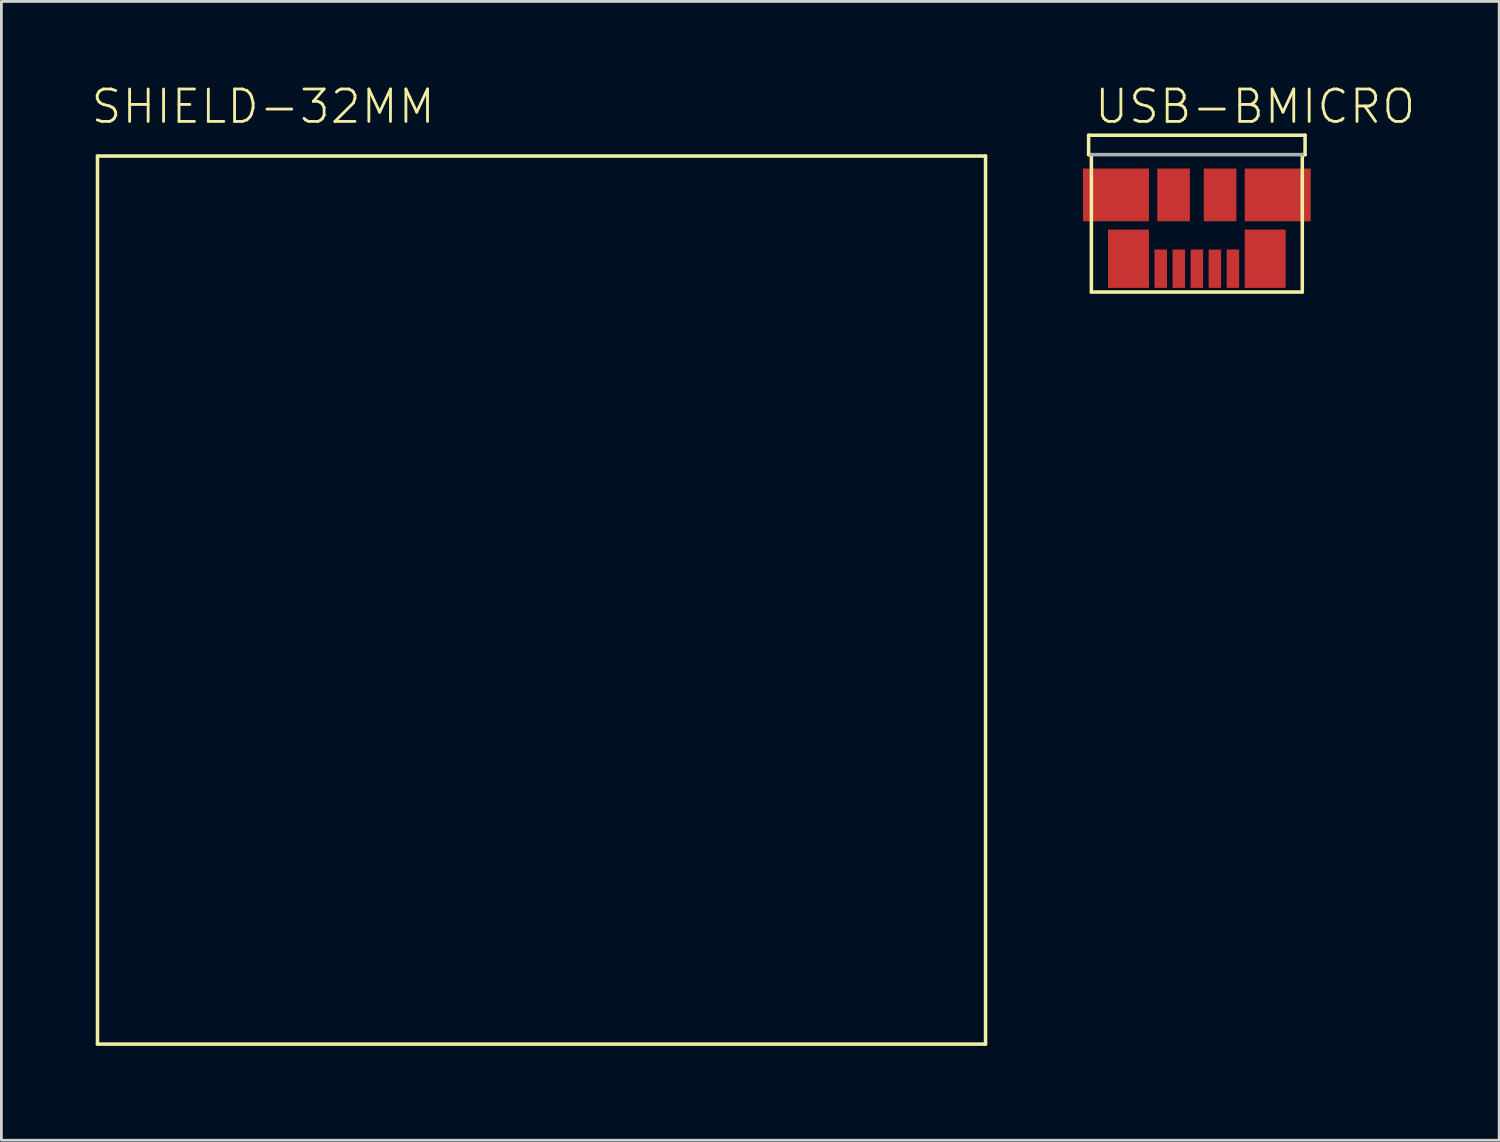
<source format=kicad_pcb>
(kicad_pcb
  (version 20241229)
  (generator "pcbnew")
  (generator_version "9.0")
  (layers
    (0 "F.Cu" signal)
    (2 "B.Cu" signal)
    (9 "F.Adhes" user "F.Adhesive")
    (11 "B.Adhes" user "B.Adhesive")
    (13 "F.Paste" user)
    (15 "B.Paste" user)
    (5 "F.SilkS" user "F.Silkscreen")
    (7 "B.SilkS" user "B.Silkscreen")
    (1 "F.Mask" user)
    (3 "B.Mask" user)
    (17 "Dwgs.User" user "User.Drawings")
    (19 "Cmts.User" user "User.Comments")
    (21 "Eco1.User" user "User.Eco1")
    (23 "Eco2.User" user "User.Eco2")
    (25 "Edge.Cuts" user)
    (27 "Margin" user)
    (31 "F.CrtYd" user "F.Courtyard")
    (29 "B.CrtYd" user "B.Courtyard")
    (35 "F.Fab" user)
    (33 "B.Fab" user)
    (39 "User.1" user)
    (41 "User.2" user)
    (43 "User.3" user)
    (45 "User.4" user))
  (footprint "SHIELD-32MM"
    (layer "F.Cu")
    (at 16.463 18.573)
    (property "Reference" "SHIELD-32MM" (at -16.3 -17.1 0) (unlocked yes) (layer "F.SilkS") (effects (font (size 1.168 1.168) (thickness 0.102)) (justify left bottom)))
    (fp_poly (pts (xy -15.336 -7.037) (xy -16.463 -7.037) (xy -16.463 -10.963) (xy -15.336 -10.963)) (stroke (width 0) (type default)) (fill yes) (layer "F.Mask"))
    (fp_poly (pts (xy -15.336 -1.036) (xy -16.463 -1.036) (xy -16.463 -4.963) (xy -15.336 -4.963)) (stroke (width 0) (type default)) (fill yes) (layer "F.Mask"))
    (fp_poly (pts (xy -15.336 4.963) (xy -16.463 4.963) (xy -16.463 1.036) (xy -15.336 1.036)) (stroke (width 0) (type default)) (fill yes) (layer "F.Mask"))
    (fp_poly (pts (xy -15.336 10.963) (xy -16.463 10.963) (xy -16.463 7.037) (xy -15.336 7.037)) (stroke (width 0) (type default)) (fill yes) (layer "F.Mask"))
    (fp_poly (pts (xy -7.037 -15.336) (xy -10.963 -15.336) (xy -10.963 -16.463) (xy -7.037 -16.463)) (stroke (width 0) (type default)) (fill yes) (layer "F.Mask"))
    (fp_poly (pts (xy -7.037 16.463) (xy -10.963 16.463) (xy -10.963 15.336) (xy -7.037 15.336)) (stroke (width 0) (type default)) (fill yes) (layer "F.Mask"))
    (fp_poly (pts (xy -1.036 -15.336) (xy -4.963 -15.336) (xy -4.963 -16.463) (xy -1.036 -16.463)) (stroke (width 0) (type default)) (fill yes) (layer "F.Mask"))
    (fp_poly (pts (xy -1.036 16.463) (xy -4.963 16.463) (xy -4.963 15.336) (xy -1.036 15.336)) (stroke (width 0) (type default)) (fill yes) (layer "F.Mask"))
    (fp_poly (pts (xy 4.963 -15.336) (xy 1.036 -15.336) (xy 1.036 -16.463) (xy 4.963 -16.463)) (stroke (width 0) (type default)) (fill yes) (layer "F.Mask"))
    (fp_poly (pts (xy 4.963 16.463) (xy 1.036 16.463) (xy 1.036 15.336) (xy 4.963 15.336)) (stroke (width 0) (type default)) (fill yes) (layer "F.Mask"))
    (fp_poly (pts (xy 10.963 -15.336) (xy 7.037 -15.336) (xy 7.037 -16.463) (xy 10.963 -16.463)) (stroke (width 0) (type default)) (fill yes) (layer "F.Mask"))
    (fp_poly (pts (xy 10.963 16.463) (xy 7.037 16.463) (xy 7.037 15.336) (xy 10.963 15.336)) (stroke (width 0) (type default)) (fill yes) (layer "F.Mask"))
    (fp_poly (pts (xy 16.463 -7.037) (xy 15.336 -7.037) (xy 15.336 -10.963) (xy 16.463 -10.963)) (stroke (width 0) (type default)) (fill yes) (layer "F.Mask"))
    (fp_poly (pts (xy 16.463 -1.036) (xy 15.336 -1.036) (xy 15.336 -4.963) (xy 16.463 -4.963)) (stroke (width 0) (type default)) (fill yes) (layer "F.Mask"))
    (fp_poly (pts (xy 16.463 4.963) (xy 15.336 4.963) (xy 15.336 1.036) (xy 16.463 1.036)) (stroke (width 0) (type default)) (fill yes) (layer "F.Mask"))
    (fp_poly (pts (xy 16.463 10.963) (xy 15.336 10.963) (xy 15.336 7.037) (xy 16.463 7.037)) (stroke (width 0) (type default)) (fill yes) (layer "F.Mask"))
    (fp_poly (pts (xy -15.336 15.336) (xy -13.037 15.336) (xy -13.037 16.463) (xy -16.463 16.463) (xy -16.463 13.037) (xy -15.336 13.037)) (stroke (width 0) (type default)) (fill yes) (layer "F.Mask"))
    (fp_poly (pts (xy -13.037 -15.336) (xy -15.336 -15.336) (xy -15.336 -13.037) (xy -16.463 -13.037) (xy -16.463 -16.463) (xy -13.037 -16.463)) (stroke (width 0) (type default)) (fill yes) (layer "F.Mask"))
    (fp_poly (pts (xy 16.463 -13.037) (xy 15.336 -13.037) (xy 15.336 -15.336) (xy 13.037 -15.336) (xy 13.037 -16.463) (xy 16.463 -16.463)) (stroke (width 0) (type default)) (fill yes) (layer "F.Mask"))
    (fp_poly (pts (xy 16.463 16.463) (xy 13.037 16.463) (xy 13.037 15.336) (xy 15.336 15.336) (xy 15.336 13.037) (xy 16.463 13.037)) (stroke (width 0) (type default)) (fill yes) (layer "F.Mask"))
    (fp_line (start -16 -16) (end -16 16) (stroke (width 0.127) (type solid)) (layer "F.SilkS"))
    (fp_line (start -16 16) (end 16 16) (stroke (width 0.127) (type solid)) (layer "F.SilkS"))
    (fp_line (start 16 -16) (end -16 -16) (stroke (width 0.127) (type solid)) (layer "F.SilkS"))
    (fp_line (start 16 16) (end 16 -16) (stroke (width 0.127) (type solid)) (layer "F.SilkS"))
    (fp_poly (pts (xy -15.437 -7.136) (xy -16.363 -7.136) (xy -16.363 -10.864) (xy -15.437 -10.864)) (stroke (width 0) (type default)) (fill yes) (layer "F.Paste"))
    (fp_poly (pts (xy -15.437 -1.137) (xy -16.363 -1.137) (xy -16.363 -4.864) (xy -15.437 -4.864)) (stroke (width 0) (type default)) (fill yes) (layer "F.Paste"))
    (fp_poly (pts (xy -15.437 4.864) (xy -16.363 4.864) (xy -16.363 1.137) (xy -15.437 1.137)) (stroke (width 0) (type default)) (fill yes) (layer "F.Paste"))
    (fp_poly (pts (xy -15.437 10.864) (xy -16.363 10.864) (xy -16.363 7.136) (xy -15.437 7.136)) (stroke (width 0) (type default)) (fill yes) (layer "F.Paste"))
    (fp_poly (pts (xy -7.136 -15.437) (xy -10.864 -15.437) (xy -10.864 -16.363) (xy -7.136 -16.363)) (stroke (width 0) (type default)) (fill yes) (layer "F.Paste"))
    (fp_poly (pts (xy -7.136 16.363) (xy -10.864 16.363) (xy -10.864 15.437) (xy -7.136 15.437)) (stroke (width 0) (type default)) (fill yes) (layer "F.Paste"))
    (fp_poly (pts (xy -1.137 -15.437) (xy -4.864 -15.437) (xy -4.864 -16.363) (xy -1.137 -16.363)) (stroke (width 0) (type default)) (fill yes) (layer "F.Paste"))
    (fp_poly (pts (xy -1.137 16.363) (xy -4.864 16.363) (xy -4.864 15.437) (xy -1.137 15.437)) (stroke (width 0) (type default)) (fill yes) (layer "F.Paste"))
    (fp_poly (pts (xy 4.864 -15.437) (xy 1.137 -15.437) (xy 1.137 -16.363) (xy 4.864 -16.363)) (stroke (width 0) (type default)) (fill yes) (layer "F.Paste"))
    (fp_poly (pts (xy 4.864 16.363) (xy 1.137 16.363) (xy 1.137 15.437) (xy 4.864 15.437)) (stroke (width 0) (type default)) (fill yes) (layer "F.Paste"))
    (fp_poly (pts (xy 10.864 -15.437) (xy 7.136 -15.437) (xy 7.136 -16.363) (xy 10.864 -16.363)) (stroke (width 0) (type default)) (fill yes) (layer "F.Paste"))
    (fp_poly (pts (xy 10.864 16.363) (xy 7.136 16.363) (xy 7.136 15.437) (xy 10.864 15.437)) (stroke (width 0) (type default)) (fill yes) (layer "F.Paste"))
    (fp_poly (pts (xy 16.363 -7.136) (xy 15.437 -7.136) (xy 15.437 -10.864) (xy 16.363 -10.864)) (stroke (width 0) (type default)) (fill yes) (layer "F.Paste"))
    (fp_poly (pts (xy 16.363 -1.137) (xy 15.437 -1.137) (xy 15.437 -4.864) (xy 16.363 -4.864)) (stroke (width 0) (type default)) (fill yes) (layer "F.Paste"))
    (fp_poly (pts (xy 16.363 4.864) (xy 15.437 4.864) (xy 15.437 1.137) (xy 16.363 1.137)) (stroke (width 0) (type default)) (fill yes) (layer "F.Paste"))
    (fp_poly (pts (xy 16.363 10.864) (xy 15.437 10.864) (xy 15.437 7.136) (xy 16.363 7.136)) (stroke (width 0) (type default)) (fill yes) (layer "F.Paste"))
    (fp_poly (pts (xy -15.437 15.437) (xy -13.136 15.437) (xy -13.136 16.363) (xy -16.363 16.363) (xy -16.363 13.136) (xy -15.437 13.136)) (stroke (width 0) (type default)) (fill yes) (layer "F.Paste"))
    (fp_poly (pts (xy -13.136 -15.437) (xy -15.437 -15.437) (xy -15.437 -13.136) (xy -16.363 -13.136) (xy -16.363 -16.363) (xy -13.136 -16.363)) (stroke (width 0) (type default)) (fill yes) (layer "F.Paste"))
    (fp_poly (pts (xy 16.363 -13.136) (xy 15.437 -13.136) (xy 15.437 -15.437) (xy 13.136 -15.437) (xy 13.136 -16.363) (xy 16.363 -16.363)) (stroke (width 0) (type default)) (fill yes) (layer "F.Paste"))
    (fp_poly (pts (xy 16.363 16.363) (xy 13.136 16.363) (xy 13.136 15.437) (xy 15.437 15.437) (xy 15.437 13.136) (xy 16.363 13.136)) (stroke (width 0) (type default)) (fill yes) (layer "F.Paste")))
  (footprint "USB-BMICRO"
    (layer "F.Cu")
    (at 40.077 3.973)
    (property "Reference" "USB-BMICRO" (at -3.75 -2.5 0) (unlocked yes) (layer "F.SilkS") (effects (font (size 1.168 1.168) (thickness 0.102)) (justify left bottom)))
    (fp_poly (pts (xy -4.15 1) (xy -1.7 1) (xy -1.7 -1) (xy -4.15 -1)) (stroke (width 0) (type default)) (fill yes) (layer "F.Mask"))
    (fp_poly (pts (xy -3.25 3.4) (xy -1.7 3.4) (xy -1.7 1.2) (xy -3.25 1.2)) (stroke (width 0) (type default)) (fill yes) (layer "F.Mask"))
    (fp_poly (pts (xy -1.55 3.4) (xy -1.05 3.4) (xy -1.05 1.95) (xy -1.55 1.95)) (stroke (width 0) (type default)) (fill yes) (layer "F.Mask"))
    (fp_poly (pts (xy -1.45 1) (xy -0.25 1) (xy -0.25 -1) (xy -1.45 -1)) (stroke (width 0) (type default)) (fill yes) (layer "F.Mask"))
    (fp_poly (pts (xy -0.9 3.4) (xy -0.4 3.4) (xy -0.4 1.95) (xy -0.9 1.95)) (stroke (width 0) (type default)) (fill yes) (layer "F.Mask"))
    (fp_poly (pts (xy -0.25 3.4) (xy 0.25 3.4) (xy 0.25 1.95) (xy -0.25 1.95)) (stroke (width 0) (type default)) (fill yes) (layer "F.Mask"))
    (fp_poly (pts (xy 0.25 1) (xy 1.45 1) (xy 1.45 -1) (xy 0.25 -1)) (stroke (width 0) (type default)) (fill yes) (layer "F.Mask"))
    (fp_poly (pts (xy 0.4 3.4) (xy 0.9 3.4) (xy 0.9 1.95) (xy 0.4 1.95)) (stroke (width 0) (type default)) (fill yes) (layer "F.Mask"))
    (fp_poly (pts (xy 1.05 3.4) (xy 1.55 3.4) (xy 1.55 1.95) (xy 1.05 1.95)) (stroke (width 0) (type default)) (fill yes) (layer "F.Mask"))
    (fp_poly (pts (xy 1.7 1) (xy 4.15 1) (xy 4.15 -1) (xy 1.7 -1)) (stroke (width 0) (type default)) (fill yes) (layer "F.Mask"))
    (fp_poly (pts (xy 1.7 3.4) (xy 3.25 3.4) (xy 3.25 1.2) (xy 1.7 1.2)) (stroke (width 0) (type default)) (fill yes) (layer "F.Mask"))
    (fp_line (start -3.9 -2.15) (end -3.9 -1.45) (stroke (width 0.127) (type solid)) (layer "F.SilkS"))
    (fp_line (start -3.9 -2.15) (end 3.9 -2.15) (stroke (width 0.127) (type solid)) (layer "F.SilkS"))
    (fp_line (start -3.8 -1.45) (end -3.9 -1.45) (stroke (width 0.127) (type solid)) (layer "F.SilkS"))
    (fp_line (start -3.8 3.5) (end -3.8 -1.45) (stroke (width 0.127) (type solid)) (layer "F.SilkS"))
    (fp_line (start 3.8 -1.45) (end 3.8 3.5) (stroke (width 0.127) (type solid)) (layer "F.SilkS"))
    (fp_line (start 3.8 3.5) (end -3.8 3.5) (stroke (width 0.127) (type solid)) (layer "F.SilkS"))
    (fp_line (start 3.9 -2.15) (end 3.9 -1.45) (stroke (width 0.127) (type solid)) (layer "F.SilkS"))
    (fp_line (start 3.9 -1.45) (end 3.8 -1.45) (stroke (width 0.127) (type solid)) (layer "F.SilkS"))
    (fp_poly (pts (xy -3.9 -0.1) (xy -3.4 -0.1) (xy -3.4 -0.8) (xy -3.9 -0.8)) (stroke (width 0) (type default)) (fill yes) (layer "F.Paste"))
    (fp_poly (pts (xy -3.9 0.8) (xy -3.4 0.8) (xy -3.4 0.1) (xy -3.9 0.1)) (stroke (width 0) (type default)) (fill yes) (layer "F.Paste"))
    (fp_poly (pts (xy -3.15 -0.1) (xy -2.65 -0.1) (xy -2.65 -0.8) (xy -3.15 -0.8)) (stroke (width 0) (type default)) (fill yes) (layer "F.Paste"))
    (fp_poly (pts (xy -3.15 0.8) (xy -2.65 0.8) (xy -2.65 0.1) (xy -3.15 0.1)) (stroke (width 0) (type default)) (fill yes) (layer "F.Paste"))
    (fp_poly (pts (xy -3 1.8) (xy -2.6 1.8) (xy -2.6 1.4) (xy -3 1.4)) (stroke (width 0) (type default)) (fill yes) (layer "F.Paste"))
    (fp_poly (pts (xy -3 2.5) (xy -2.6 2.5) (xy -2.6 2.1) (xy -3 2.1)) (stroke (width 0) (type default)) (fill yes) (layer "F.Paste"))
    (fp_poly (pts (xy -3 3.2) (xy -2.6 3.2) (xy -2.6 2.8) (xy -3 2.8)) (stroke (width 0) (type default)) (fill yes) (layer "F.Paste"))
    (fp_poly (pts (xy -2.4 -0.1) (xy -1.9 -0.1) (xy -1.9 -0.8) (xy -2.4 -0.8)) (stroke (width 0) (type default)) (fill yes) (layer "F.Paste"))
    (fp_poly (pts (xy -2.4 0.8) (xy -1.9 0.8) (xy -1.9 0.1) (xy -2.4 0.1)) (stroke (width 0) (type default)) (fill yes) (layer "F.Paste"))
    (fp_poly (pts (xy -2.3 1.8) (xy -1.9 1.8) (xy -1.9 1.4) (xy -2.3 1.4)) (stroke (width 0) (type default)) (fill yes) (layer "F.Paste"))
    (fp_poly (pts (xy -2.3 2.5) (xy -1.9 2.5) (xy -1.9 2.1) (xy -2.3 2.1)) (stroke (width 0) (type default)) (fill yes) (layer "F.Paste"))
    (fp_poly (pts (xy -2.3 3.2) (xy -1.9 3.2) (xy -1.9 2.8) (xy -2.3 2.8)) (stroke (width 0) (type default)) (fill yes) (layer "F.Paste"))
    (fp_poly (pts (xy -1.5 3.3) (xy -1.1 3.3) (xy -1.1 2) (xy -1.5 2)) (stroke (width 0) (type default)) (fill yes) (layer "F.Paste"))
    (fp_poly (pts (xy -1.2 -0.2) (xy -0.5 -0.2) (xy -0.5 -0.8) (xy -1.2 -0.8)) (stroke (width 0) (type default)) (fill yes) (layer "F.Paste"))
    (fp_poly (pts (xy -1.2 0.8) (xy -0.5 0.8) (xy -0.5 0.2) (xy -1.2 0.2)) (stroke (width 0) (type default)) (fill yes) (layer "F.Paste"))
    (fp_poly (pts (xy -0.85 3.3) (xy -0.45 3.3) (xy -0.45 2) (xy -0.85 2)) (stroke (width 0) (type default)) (fill yes) (layer "F.Paste"))
    (fp_poly (pts (xy -0.2 3.3) (xy 0.2 3.3) (xy 0.2 2) (xy -0.2 2)) (stroke (width 0) (type default)) (fill yes) (layer "F.Paste"))
    (fp_poly (pts (xy 0.45 3.3) (xy 0.85 3.3) (xy 0.85 2) (xy 0.45 2)) (stroke (width 0) (type default)) (fill yes) (layer "F.Paste"))
    (fp_poly (pts (xy 0.5 -0.2) (xy 1.2 -0.2) (xy 1.2 -0.8) (xy 0.5 -0.8)) (stroke (width 0) (type default)) (fill yes) (layer "F.Paste"))
    (fp_poly (pts (xy 0.5 0.8) (xy 1.2 0.8) (xy 1.2 0.2) (xy 0.5 0.2)) (stroke (width 0) (type default)) (fill yes) (layer "F.Paste"))
    (fp_poly (pts (xy 1.1 3.3) (xy 1.5 3.3) (xy 1.5 2) (xy 1.1 2)) (stroke (width 0) (type default)) (fill yes) (layer "F.Paste"))
    (fp_poly (pts (xy 1.9 -0.1) (xy 2.4 -0.1) (xy 2.4 -0.8) (xy 1.9 -0.8)) (stroke (width 0) (type default)) (fill yes) (layer "F.Paste"))
    (fp_poly (pts (xy 1.9 0.8) (xy 2.4 0.8) (xy 2.4 0.1) (xy 1.9 0.1)) (stroke (width 0) (type default)) (fill yes) (layer "F.Paste"))
    (fp_poly (pts (xy 1.9 1.8) (xy 2.3 1.8) (xy 2.3 1.4) (xy 1.9 1.4)) (stroke (width 0) (type default)) (fill yes) (layer "F.Paste"))
    (fp_poly (pts (xy 1.9 2.5) (xy 2.3 2.5) (xy 2.3 2.1) (xy 1.9 2.1)) (stroke (width 0) (type default)) (fill yes) (layer "F.Paste"))
    (fp_poly (pts (xy 1.9 3.2) (xy 2.3 3.2) (xy 2.3 2.8) (xy 1.9 2.8)) (stroke (width 0) (type default)) (fill yes) (layer "F.Paste"))
    (fp_poly (pts (xy 2.6 1.8) (xy 3 1.8) (xy 3 1.4) (xy 2.6 1.4)) (stroke (width 0) (type default)) (fill yes) (layer "F.Paste"))
    (fp_poly (pts (xy 2.6 2.5) (xy 3 2.5) (xy 3 2.1) (xy 2.6 2.1)) (stroke (width 0) (type default)) (fill yes) (layer "F.Paste"))
    (fp_poly (pts (xy 2.6 3.2) (xy 3 3.2) (xy 3 2.8) (xy 2.6 2.8)) (stroke (width 0) (type default)) (fill yes) (layer "F.Paste"))
    (fp_poly (pts (xy 2.65 -0.1) (xy 3.15 -0.1) (xy 3.15 -0.8) (xy 2.65 -0.8)) (stroke (width 0) (type default)) (fill yes) (layer "F.Paste"))
    (fp_poly (pts (xy 2.65 0.8) (xy 3.15 0.8) (xy 3.15 0.1) (xy 2.65 0.1)) (stroke (width 0) (type default)) (fill yes) (layer "F.Paste"))
    (fp_poly (pts (xy 3.4 -0.1) (xy 3.9 -0.1) (xy 3.9 -0.8) (xy 3.4 -0.8)) (stroke (width 0) (type default)) (fill yes) (layer "F.Paste"))
    (fp_poly (pts (xy 3.4 0.8) (xy 3.9 0.8) (xy 3.9 0.1) (xy 3.4 0.1)) (stroke (width 0) (type default)) (fill yes) (layer "F.Paste"))
    (fp_line (start -3.8 -1.45) (end 3.8 -1.45) (stroke (width 0.127) (type solid)) (layer "F.Fab"))
    (pad "1" smd rect (at 1.3 2.66) (size 0.45 1.38) (layers "F.Cu"))
    (pad "2" smd rect (at 0.65 2.66) (size 0.45 1.38) (layers "F.Cu"))
    (pad "3" smd rect (at 0 2.66) (size 0.45 1.38) (layers "F.Cu"))
    (pad "4" smd rect (at -0.65 2.66) (size 0.45 1.38) (layers "F.Cu"))
    (pad "5" smd rect (at -1.3 2.66) (size 0.45 1.38) (layers "F.Cu"))
    (pad "P$1" smd rect (at 0.838 0) (size 1.175 1.9) (layers "F.Cu"))
    (pad "P$2" smd rect (at -0.838 0) (size 1.175 1.9) (layers "F.Cu"))
    (pad "P$3" smd rect (at 2.913 0) (size 2.375 1.9) (layers "F.Cu"))
    (pad "P$4" smd rect (at -2.913 0) (size 2.375 1.9) (layers "F.Cu"))
    (pad "P$5" smd rect (at -2.462 2.3) (size 1.475 2.1) (layers "F.Cu"))
    (pad "P$6" smd rect (at 2.462 2.3) (size 1.475 2.1) (layers "F.Cu")))
  (gr_rect
    (start -3 -3)
    (end 50.971 38.037)
    (stroke (width 0.1) (type default))
    (fill no)
    (layer "Edge.Cuts")))
</source>
